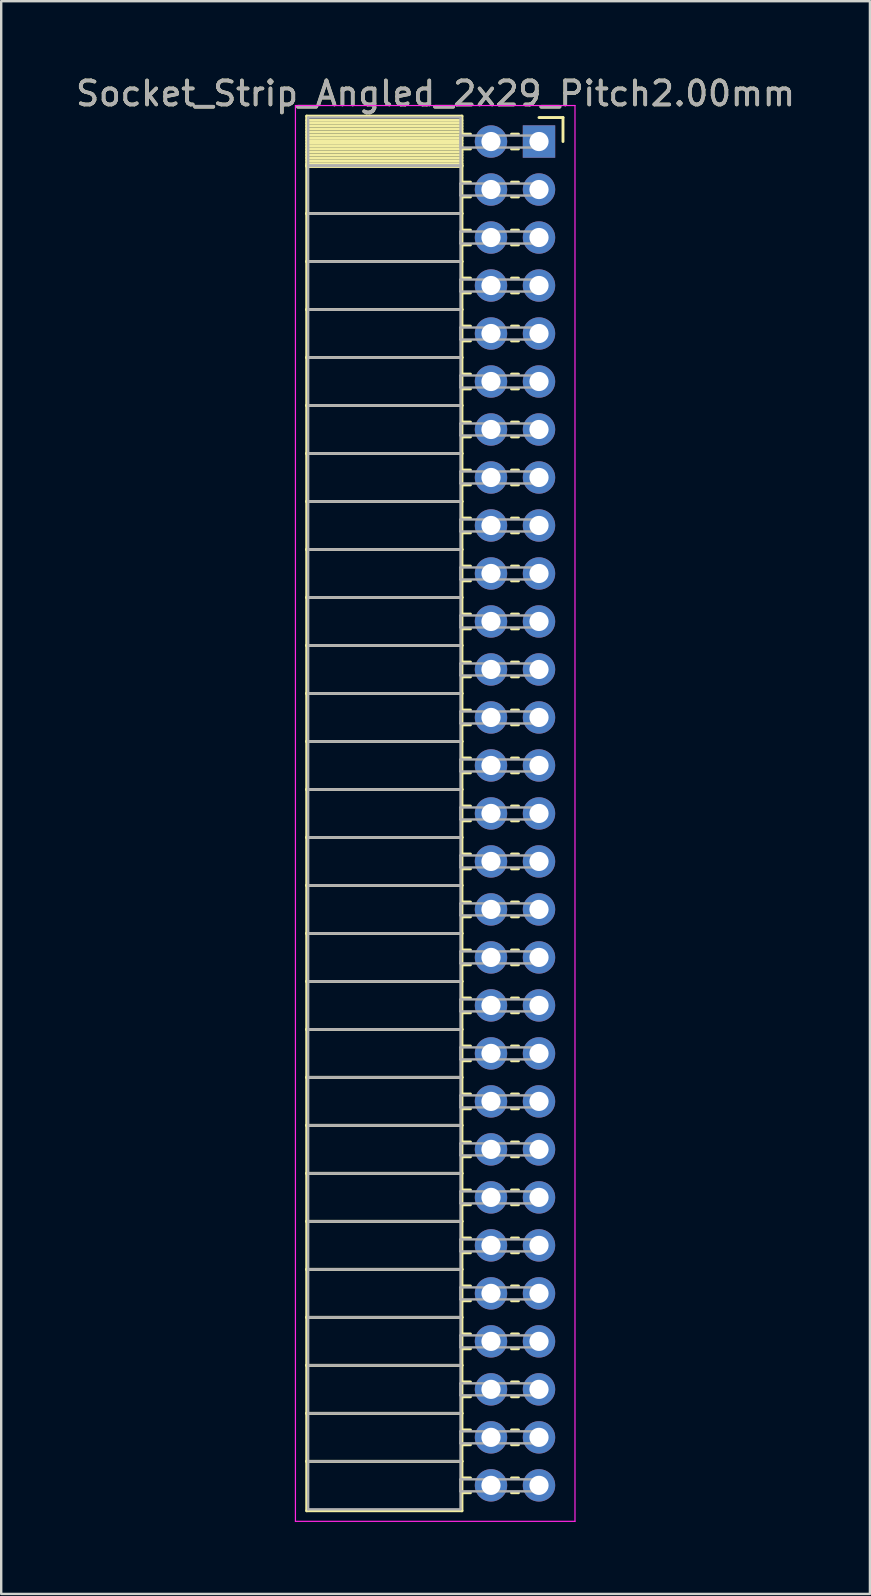
<source format=kicad_pcb>
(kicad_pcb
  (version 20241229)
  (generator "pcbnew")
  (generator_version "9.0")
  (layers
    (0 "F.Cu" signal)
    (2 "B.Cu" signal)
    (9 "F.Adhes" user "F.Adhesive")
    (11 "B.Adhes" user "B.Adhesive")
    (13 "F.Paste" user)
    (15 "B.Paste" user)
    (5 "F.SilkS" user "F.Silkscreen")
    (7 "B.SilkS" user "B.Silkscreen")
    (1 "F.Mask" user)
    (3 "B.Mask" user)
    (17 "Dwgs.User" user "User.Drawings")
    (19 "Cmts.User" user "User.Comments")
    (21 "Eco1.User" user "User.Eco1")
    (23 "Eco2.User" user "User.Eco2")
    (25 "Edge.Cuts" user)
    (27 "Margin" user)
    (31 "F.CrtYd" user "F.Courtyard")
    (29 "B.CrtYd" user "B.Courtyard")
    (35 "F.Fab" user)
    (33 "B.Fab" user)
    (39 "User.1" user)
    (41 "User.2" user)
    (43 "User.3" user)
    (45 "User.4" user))
  (footprint "Socket_Strip_Angled_2x29_Pitch2.00mm"
    (layer "F.Cu")
    (at 19.411 2.848)
    (property "Reference" "Socket_Strip_Angled_2x29_Pitch2.00mm" (at -4.31 -2 0) (layer "F.SilkS") (effects (font (size 1 1) (thickness 0.15))))
    (attr through_hole)
    (fp_line (start -9.68 -1.06) (end -3.21 -1.06) (stroke (width 0.12) (type solid)) (layer "F.SilkS"))
    (fp_line (start -9.68 1) (end -9.68 -1.06) (stroke (width 0.12) (type solid)) (layer "F.SilkS"))
    (fp_line (start -9.68 1) (end -3.21 1) (stroke (width 0.12) (type solid)) (layer "F.SilkS"))
    (fp_line (start -9.68 3) (end -9.68 1) (stroke (width 0.12) (type solid)) (layer "F.SilkS"))
    (fp_line (start -9.68 3) (end -3.21 3) (stroke (width 0.12) (type solid)) (layer "F.SilkS"))
    (fp_line (start -9.68 5) (end -9.68 3) (stroke (width 0.12) (type solid)) (layer "F.SilkS"))
    (fp_line (start -9.68 5) (end -3.21 5) (stroke (width 0.12) (type solid)) (layer "F.SilkS"))
    (fp_line (start -9.68 7) (end -9.68 5) (stroke (width 0.12) (type solid)) (layer "F.SilkS"))
    (fp_line (start -9.68 7) (end -3.21 7) (stroke (width 0.12) (type solid)) (layer "F.SilkS"))
    (fp_line (start -9.68 9) (end -9.68 7) (stroke (width 0.12) (type solid)) (layer "F.SilkS"))
    (fp_line (start -9.68 9) (end -3.21 9) (stroke (width 0.12) (type solid)) (layer "F.SilkS"))
    (fp_line (start -9.68 11) (end -9.68 9) (stroke (width 0.12) (type solid)) (layer "F.SilkS"))
    (fp_line (start -9.68 11) (end -3.21 11) (stroke (width 0.12) (type solid)) (layer "F.SilkS"))
    (fp_line (start -9.68 13) (end -9.68 11) (stroke (width 0.12) (type solid)) (layer "F.SilkS"))
    (fp_line (start -9.68 13) (end -3.21 13) (stroke (width 0.12) (type solid)) (layer "F.SilkS"))
    (fp_line (start -9.68 15) (end -9.68 13) (stroke (width 0.12) (type solid)) (layer "F.SilkS"))
    (fp_line (start -9.68 15) (end -3.21 15) (stroke (width 0.12) (type solid)) (layer "F.SilkS"))
    (fp_line (start -9.68 17) (end -9.68 15) (stroke (width 0.12) (type solid)) (layer "F.SilkS"))
    (fp_line (start -9.68 17) (end -3.21 17) (stroke (width 0.12) (type solid)) (layer "F.SilkS"))
    (fp_line (start -9.68 19) (end -9.68 17) (stroke (width 0.12) (type solid)) (layer "F.SilkS"))
    (fp_line (start -9.68 19) (end -3.21 19) (stroke (width 0.12) (type solid)) (layer "F.SilkS"))
    (fp_line (start -9.68 21) (end -9.68 19) (stroke (width 0.12) (type solid)) (layer "F.SilkS"))
    (fp_line (start -9.68 21) (end -3.21 21) (stroke (width 0.12) (type solid)) (layer "F.SilkS"))
    (fp_line (start -9.68 23) (end -9.68 21) (stroke (width 0.12) (type solid)) (layer "F.SilkS"))
    (fp_line (start -9.68 23) (end -3.21 23) (stroke (width 0.12) (type solid)) (layer "F.SilkS"))
    (fp_line (start -9.68 25) (end -9.68 23) (stroke (width 0.12) (type solid)) (layer "F.SilkS"))
    (fp_line (start -9.68 25) (end -3.21 25) (stroke (width 0.12) (type solid)) (layer "F.SilkS"))
    (fp_line (start -9.68 27) (end -9.68 25) (stroke (width 0.12) (type solid)) (layer "F.SilkS"))
    (fp_line (start -9.68 27) (end -3.21 27) (stroke (width 0.12) (type solid)) (layer "F.SilkS"))
    (fp_line (start -9.68 29) (end -9.68 27) (stroke (width 0.12) (type solid)) (layer "F.SilkS"))
    (fp_line (start -9.68 29) (end -3.21 29) (stroke (width 0.12) (type solid)) (layer "F.SilkS"))
    (fp_line (start -9.68 31) (end -9.68 29) (stroke (width 0.12) (type solid)) (layer "F.SilkS"))
    (fp_line (start -9.68 31) (end -3.21 31) (stroke (width 0.12) (type solid)) (layer "F.SilkS"))
    (fp_line (start -9.68 33) (end -9.68 31) (stroke (width 0.12) (type solid)) (layer "F.SilkS"))
    (fp_line (start -9.68 33) (end -3.21 33) (stroke (width 0.12) (type solid)) (layer "F.SilkS"))
    (fp_line (start -9.68 35) (end -9.68 33) (stroke (width 0.12) (type solid)) (layer "F.SilkS"))
    (fp_line (start -9.68 35) (end -3.21 35) (stroke (width 0.12) (type solid)) (layer "F.SilkS"))
    (fp_line (start -9.68 37) (end -9.68 35) (stroke (width 0.12) (type solid)) (layer "F.SilkS"))
    (fp_line (start -9.68 37) (end -3.21 37) (stroke (width 0.12) (type solid)) (layer "F.SilkS"))
    (fp_line (start -9.68 39) (end -9.68 37) (stroke (width 0.12) (type solid)) (layer "F.SilkS"))
    (fp_line (start -9.68 39) (end -3.21 39) (stroke (width 0.12) (type solid)) (layer "F.SilkS"))
    (fp_line (start -9.68 41) (end -9.68 39) (stroke (width 0.12) (type solid)) (layer "F.SilkS"))
    (fp_line (start -9.68 41) (end -3.21 41) (stroke (width 0.12) (type solid)) (layer "F.SilkS"))
    (fp_line (start -9.68 43) (end -9.68 41) (stroke (width 0.12) (type solid)) (layer "F.SilkS"))
    (fp_line (start -9.68 43) (end -3.21 43) (stroke (width 0.12) (type solid)) (layer "F.SilkS"))
    (fp_line (start -9.68 45) (end -9.68 43) (stroke (width 0.12) (type solid)) (layer "F.SilkS"))
    (fp_line (start -9.68 45) (end -3.21 45) (stroke (width 0.12) (type solid)) (layer "F.SilkS"))
    (fp_line (start -9.68 47) (end -9.68 45) (stroke (width 0.12) (type solid)) (layer "F.SilkS"))
    (fp_line (start -9.68 47) (end -3.21 47) (stroke (width 0.12) (type solid)) (layer "F.SilkS"))
    (fp_line (start -9.68 49) (end -9.68 47) (stroke (width 0.12) (type solid)) (layer "F.SilkS"))
    (fp_line (start -9.68 49) (end -3.21 49) (stroke (width 0.12) (type solid)) (layer "F.SilkS"))
    (fp_line (start -9.68 51) (end -9.68 49) (stroke (width 0.12) (type solid)) (layer "F.SilkS"))
    (fp_line (start -9.68 51) (end -3.21 51) (stroke (width 0.12) (type solid)) (layer "F.SilkS"))
    (fp_line (start -9.68 53) (end -9.68 51) (stroke (width 0.12) (type solid)) (layer "F.SilkS"))
    (fp_line (start -9.68 53) (end -3.21 53) (stroke (width 0.12) (type solid)) (layer "F.SilkS"))
    (fp_line (start -9.68 55) (end -9.68 53) (stroke (width 0.12) (type solid)) (layer "F.SilkS"))
    (fp_line (start -9.68 55) (end -3.21 55) (stroke (width 0.12) (type solid)) (layer "F.SilkS"))
    (fp_line (start -9.68 57.06) (end -9.68 55) (stroke (width 0.12) (type solid)) (layer "F.SilkS"))
    (fp_line (start -3.21 -1.06) (end -3.21 1) (stroke (width 0.12) (type solid)) (layer "F.SilkS"))
    (fp_line (start -3.21 -0.88) (end -9.68 -0.88) (stroke (width 0.12) (type solid)) (layer "F.SilkS"))
    (fp_line (start -3.21 -0.76) (end -9.68 -0.76) (stroke (width 0.12) (type solid)) (layer "F.SilkS"))
    (fp_line (start -3.21 -0.64) (end -9.68 -0.64) (stroke (width 0.12) (type solid)) (layer "F.SilkS"))
    (fp_line (start -3.21 -0.52) (end -9.68 -0.52) (stroke (width 0.12) (type solid)) (layer "F.SilkS"))
    (fp_line (start -3.21 -0.4) (end -9.68 -0.4) (stroke (width 0.12) (type solid)) (layer "F.SilkS"))
    (fp_line (start -3.21 -0.28) (end -9.68 -0.28) (stroke (width 0.12) (type solid)) (layer "F.SilkS"))
    (fp_line (start -3.21 -0.16) (end -9.68 -0.16) (stroke (width 0.12) (type solid)) (layer "F.SilkS"))
    (fp_line (start -3.21 -0.04) (end -9.68 -0.04) (stroke (width 0.12) (type solid)) (layer "F.SilkS"))
    (fp_line (start -3.21 0.08) (end -9.68 0.08) (stroke (width 0.12) (type solid)) (layer "F.SilkS"))
    (fp_line (start -3.21 0.2) (end -9.68 0.2) (stroke (width 0.12) (type solid)) (layer "F.SilkS"))
    (fp_line (start -3.21 0.32) (end -9.68 0.32) (stroke (width 0.12) (type solid)) (layer "F.SilkS"))
    (fp_line (start -3.21 0.44) (end -9.68 0.44) (stroke (width 0.12) (type solid)) (layer "F.SilkS"))
    (fp_line (start -3.21 0.56) (end -9.68 0.56) (stroke (width 0.12) (type solid)) (layer "F.SilkS"))
    (fp_line (start -3.21 0.68) (end -9.68 0.68) (stroke (width 0.12) (type solid)) (layer "F.SilkS"))
    (fp_line (start -3.21 0.8) (end -9.68 0.8) (stroke (width 0.12) (type solid)) (layer "F.SilkS"))
    (fp_line (start -3.21 0.92) (end -9.68 0.92) (stroke (width 0.12) (type solid)) (layer "F.SilkS"))
    (fp_line (start -3.21 1) (end -9.68 1) (stroke (width 0.12) (type solid)) (layer "F.SilkS"))
    (fp_line (start -3.21 1) (end -3.21 3) (stroke (width 0.12) (type solid)) (layer "F.SilkS"))
    (fp_line (start -3.21 1.04) (end -9.68 1.04) (stroke (width 0.12) (type solid)) (layer "F.SilkS"))
    (fp_line (start -3.21 3) (end -9.68 3) (stroke (width 0.12) (type solid)) (layer "F.SilkS"))
    (fp_line (start -3.21 3) (end -3.21 5) (stroke (width 0.12) (type solid)) (layer "F.SilkS"))
    (fp_line (start -3.21 5) (end -9.68 5) (stroke (width 0.12) (type solid)) (layer "F.SilkS"))
    (fp_line (start -3.21 5) (end -3.21 7) (stroke (width 0.12) (type solid)) (layer "F.SilkS"))
    (fp_line (start -3.21 7) (end -9.68 7) (stroke (width 0.12) (type solid)) (layer "F.SilkS"))
    (fp_line (start -3.21 7) (end -3.21 9) (stroke (width 0.12) (type solid)) (layer "F.SilkS"))
    (fp_line (start -3.21 9) (end -9.68 9) (stroke (width 0.12) (type solid)) (layer "F.SilkS"))
    (fp_line (start -3.21 9) (end -3.21 11) (stroke (width 0.12) (type solid)) (layer "F.SilkS"))
    (fp_line (start -3.21 11) (end -9.68 11) (stroke (width 0.12) (type solid)) (layer "F.SilkS"))
    (fp_line (start -3.21 11) (end -3.21 13) (stroke (width 0.12) (type solid)) (layer "F.SilkS"))
    (fp_line (start -3.21 13) (end -9.68 13) (stroke (width 0.12) (type solid)) (layer "F.SilkS"))
    (fp_line (start -3.21 13) (end -3.21 15) (stroke (width 0.12) (type solid)) (layer "F.SilkS"))
    (fp_line (start -3.21 15) (end -9.68 15) (stroke (width 0.12) (type solid)) (layer "F.SilkS"))
    (fp_line (start -3.21 15) (end -3.21 17) (stroke (width 0.12) (type solid)) (layer "F.SilkS"))
    (fp_line (start -3.21 17) (end -9.68 17) (stroke (width 0.12) (type solid)) (layer "F.SilkS"))
    (fp_line (start -3.21 17) (end -3.21 19) (stroke (width 0.12) (type solid)) (layer "F.SilkS"))
    (fp_line (start -3.21 19) (end -9.68 19) (stroke (width 0.12) (type solid)) (layer "F.SilkS"))
    (fp_line (start -3.21 19) (end -3.21 21) (stroke (width 0.12) (type solid)) (layer "F.SilkS"))
    (fp_line (start -3.21 21) (end -9.68 21) (stroke (width 0.12) (type solid)) (layer "F.SilkS"))
    (fp_line (start -3.21 21) (end -3.21 23) (stroke (width 0.12) (type solid)) (layer "F.SilkS"))
    (fp_line (start -3.21 23) (end -9.68 23) (stroke (width 0.12) (type solid)) (layer "F.SilkS"))
    (fp_line (start -3.21 23) (end -3.21 25) (stroke (width 0.12) (type solid)) (layer "F.SilkS"))
    (fp_line (start -3.21 25) (end -9.68 25) (stroke (width 0.12) (type solid)) (layer "F.SilkS"))
    (fp_line (start -3.21 25) (end -3.21 27) (stroke (width 0.12) (type solid)) (layer "F.SilkS"))
    (fp_line (start -3.21 27) (end -9.68 27) (stroke (width 0.12) (type solid)) (layer "F.SilkS"))
    (fp_line (start -3.21 27) (end -3.21 29) (stroke (width 0.12) (type solid)) (layer "F.SilkS"))
    (fp_line (start -3.21 29) (end -9.68 29) (stroke (width 0.12) (type solid)) (layer "F.SilkS"))
    (fp_line (start -3.21 29) (end -3.21 31) (stroke (width 0.12) (type solid)) (layer "F.SilkS"))
    (fp_line (start -3.21 31) (end -9.68 31) (stroke (width 0.12) (type solid)) (layer "F.SilkS"))
    (fp_line (start -3.21 31) (end -3.21 33) (stroke (width 0.12) (type solid)) (layer "F.SilkS"))
    (fp_line (start -3.21 33) (end -9.68 33) (stroke (width 0.12) (type solid)) (layer "F.SilkS"))
    (fp_line (start -3.21 33) (end -3.21 35) (stroke (width 0.12) (type solid)) (layer "F.SilkS"))
    (fp_line (start -3.21 35) (end -9.68 35) (stroke (width 0.12) (type solid)) (layer "F.SilkS"))
    (fp_line (start -3.21 35) (end -3.21 37) (stroke (width 0.12) (type solid)) (layer "F.SilkS"))
    (fp_line (start -3.21 37) (end -9.68 37) (stroke (width 0.12) (type solid)) (layer "F.SilkS"))
    (fp_line (start -3.21 37) (end -3.21 39) (stroke (width 0.12) (type solid)) (layer "F.SilkS"))
    (fp_line (start -3.21 39) (end -9.68 39) (stroke (width 0.12) (type solid)) (layer "F.SilkS"))
    (fp_line (start -3.21 39) (end -3.21 41) (stroke (width 0.12) (type solid)) (layer "F.SilkS"))
    (fp_line (start -3.21 41) (end -9.68 41) (stroke (width 0.12) (type solid)) (layer "F.SilkS"))
    (fp_line (start -3.21 41) (end -3.21 43) (stroke (width 0.12) (type solid)) (layer "F.SilkS"))
    (fp_line (start -3.21 43) (end -9.68 43) (stroke (width 0.12) (type solid)) (layer "F.SilkS"))
    (fp_line (start -3.21 43) (end -3.21 45) (stroke (width 0.12) (type solid)) (layer "F.SilkS"))
    (fp_line (start -3.21 45) (end -9.68 45) (stroke (width 0.12) (type solid)) (layer "F.SilkS"))
    (fp_line (start -3.21 45) (end -3.21 47) (stroke (width 0.12) (type solid)) (layer "F.SilkS"))
    (fp_line (start -3.21 47) (end -9.68 47) (stroke (width 0.12) (type solid)) (layer "F.SilkS"))
    (fp_line (start -3.21 47) (end -3.21 49) (stroke (width 0.12) (type solid)) (layer "F.SilkS"))
    (fp_line (start -3.21 49) (end -9.68 49) (stroke (width 0.12) (type solid)) (layer "F.SilkS"))
    (fp_line (start -3.21 49) (end -3.21 51) (stroke (width 0.12) (type solid)) (layer "F.SilkS"))
    (fp_line (start -3.21 51) (end -9.68 51) (stroke (width 0.12) (type solid)) (layer "F.SilkS"))
    (fp_line (start -3.21 51) (end -3.21 53) (stroke (width 0.12) (type solid)) (layer "F.SilkS"))
    (fp_line (start -3.21 53) (end -9.68 53) (stroke (width 0.12) (type solid)) (layer "F.SilkS"))
    (fp_line (start -3.21 53) (end -3.21 55) (stroke (width 0.12) (type solid)) (layer "F.SilkS"))
    (fp_line (start -3.21 55) (end -9.68 55) (stroke (width 0.12) (type solid)) (layer "F.SilkS"))
    (fp_line (start -3.21 55) (end -3.21 57.06) (stroke (width 0.12) (type solid)) (layer "F.SilkS"))
    (fp_line (start -3.21 57.06) (end -9.68 57.06) (stroke (width 0.12) (type solid)) (layer "F.SilkS"))
    (fp_line (start -2.855 -0.31) (end -3.21 -0.31) (stroke (width 0.12) (type solid)) (layer "F.SilkS"))
    (fp_line (start -2.855 0.31) (end -3.21 0.31) (stroke (width 0.12) (type solid)) (layer "F.SilkS"))
    (fp_line (start -2.855 1.69) (end -3.21 1.69) (stroke (width 0.12) (type solid)) (layer "F.SilkS"))
    (fp_line (start -2.855 2.31) (end -3.21 2.31) (stroke (width 0.12) (type solid)) (layer "F.SilkS"))
    (fp_line (start -2.855 3.69) (end -3.21 3.69) (stroke (width 0.12) (type solid)) (layer "F.SilkS"))
    (fp_line (start -2.855 4.31) (end -3.21 4.31) (stroke (width 0.12) (type solid)) (layer "F.SilkS"))
    (fp_line (start -2.855 5.69) (end -3.21 5.69) (stroke (width 0.12) (type solid)) (layer "F.SilkS"))
    (fp_line (start -2.855 6.31) (end -3.21 6.31) (stroke (width 0.12) (type solid)) (layer "F.SilkS"))
    (fp_line (start -2.855 7.69) (end -3.21 7.69) (stroke (width 0.12) (type solid)) (layer "F.SilkS"))
    (fp_line (start -2.855 8.31) (end -3.21 8.31) (stroke (width 0.12) (type solid)) (layer "F.SilkS"))
    (fp_line (start -2.855 9.69) (end -3.21 9.69) (stroke (width 0.12) (type solid)) (layer "F.SilkS"))
    (fp_line (start -2.855 10.31) (end -3.21 10.31) (stroke (width 0.12) (type solid)) (layer "F.SilkS"))
    (fp_line (start -2.855 11.69) (end -3.21 11.69) (stroke (width 0.12) (type solid)) (layer "F.SilkS"))
    (fp_line (start -2.855 12.31) (end -3.21 12.31) (stroke (width 0.12) (type solid)) (layer "F.SilkS"))
    (fp_line (start -2.855 13.69) (end -3.21 13.69) (stroke (width 0.12) (type solid)) (layer "F.SilkS"))
    (fp_line (start -2.855 14.31) (end -3.21 14.31) (stroke (width 0.12) (type solid)) (layer "F.SilkS"))
    (fp_line (start -2.855 15.69) (end -3.21 15.69) (stroke (width 0.12) (type solid)) (layer "F.SilkS"))
    (fp_line (start -2.855 16.31) (end -3.21 16.31) (stroke (width 0.12) (type solid)) (layer "F.SilkS"))
    (fp_line (start -2.855 17.69) (end -3.21 17.69) (stroke (width 0.12) (type solid)) (layer "F.SilkS"))
    (fp_line (start -2.855 18.31) (end -3.21 18.31) (stroke (width 0.12) (type solid)) (layer "F.SilkS"))
    (fp_line (start -2.855 19.69) (end -3.21 19.69) (stroke (width 0.12) (type solid)) (layer "F.SilkS"))
    (fp_line (start -2.855 20.31) (end -3.21 20.31) (stroke (width 0.12) (type solid)) (layer "F.SilkS"))
    (fp_line (start -2.855 21.69) (end -3.21 21.69) (stroke (width 0.12) (type solid)) (layer "F.SilkS"))
    (fp_line (start -2.855 22.31) (end -3.21 22.31) (stroke (width 0.12) (type solid)) (layer "F.SilkS"))
    (fp_line (start -2.855 23.69) (end -3.21 23.69) (stroke (width 0.12) (type solid)) (layer "F.SilkS"))
    (fp_line (start -2.855 24.31) (end -3.21 24.31) (stroke (width 0.12) (type solid)) (layer "F.SilkS"))
    (fp_line (start -2.855 25.69) (end -3.21 25.69) (stroke (width 0.12) (type solid)) (layer "F.SilkS"))
    (fp_line (start -2.855 26.31) (end -3.21 26.31) (stroke (width 0.12) (type solid)) (layer "F.SilkS"))
    (fp_line (start -2.855 27.69) (end -3.21 27.69) (stroke (width 0.12) (type solid)) (layer "F.SilkS"))
    (fp_line (start -2.855 28.31) (end -3.21 28.31) (stroke (width 0.12) (type solid)) (layer "F.SilkS"))
    (fp_line (start -2.855 29.69) (end -3.21 29.69) (stroke (width 0.12) (type solid)) (layer "F.SilkS"))
    (fp_line (start -2.855 30.31) (end -3.21 30.31) (stroke (width 0.12) (type solid)) (layer "F.SilkS"))
    (fp_line (start -2.855 31.69) (end -3.21 31.69) (stroke (width 0.12) (type solid)) (layer "F.SilkS"))
    (fp_line (start -2.855 32.31) (end -3.21 32.31) (stroke (width 0.12) (type solid)) (layer "F.SilkS"))
    (fp_line (start -2.855 33.69) (end -3.21 33.69) (stroke (width 0.12) (type solid)) (layer "F.SilkS"))
    (fp_line (start -2.855 34.31) (end -3.21 34.31) (stroke (width 0.12) (type solid)) (layer "F.SilkS"))
    (fp_line (start -2.855 35.69) (end -3.21 35.69) (stroke (width 0.12) (type solid)) (layer "F.SilkS"))
    (fp_line (start -2.855 36.31) (end -3.21 36.31) (stroke (width 0.12) (type solid)) (layer "F.SilkS"))
    (fp_line (start -2.855 37.69) (end -3.21 37.69) (stroke (width 0.12) (type solid)) (layer "F.SilkS"))
    (fp_line (start -2.855 38.31) (end -3.21 38.31) (stroke (width 0.12) (type solid)) (layer "F.SilkS"))
    (fp_line (start -2.855 39.69) (end -3.21 39.69) (stroke (width 0.12) (type solid)) (layer "F.SilkS"))
    (fp_line (start -2.855 40.31) (end -3.21 40.31) (stroke (width 0.12) (type solid)) (layer "F.SilkS"))
    (fp_line (start -2.855 41.69) (end -3.21 41.69) (stroke (width 0.12) (type solid)) (layer "F.SilkS"))
    (fp_line (start -2.855 42.31) (end -3.21 42.31) (stroke (width 0.12) (type solid)) (layer "F.SilkS"))
    (fp_line (start -2.855 43.69) (end -3.21 43.69) (stroke (width 0.12) (type solid)) (layer "F.SilkS"))
    (fp_line (start -2.855 44.31) (end -3.21 44.31) (stroke (width 0.12) (type solid)) (layer "F.SilkS"))
    (fp_line (start -2.855 45.69) (end -3.21 45.69) (stroke (width 0.12) (type solid)) (layer "F.SilkS"))
    (fp_line (start -2.855 46.31) (end -3.21 46.31) (stroke (width 0.12) (type solid)) (layer "F.SilkS"))
    (fp_line (start -2.855 47.69) (end -3.21 47.69) (stroke (width 0.12) (type solid)) (layer "F.SilkS"))
    (fp_line (start -2.855 48.31) (end -3.21 48.31) (stroke (width 0.12) (type solid)) (layer "F.SilkS"))
    (fp_line (start -2.855 49.69) (end -3.21 49.69) (stroke (width 0.12) (type solid)) (layer "F.SilkS"))
    (fp_line (start -2.855 50.31) (end -3.21 50.31) (stroke (width 0.12) (type solid)) (layer "F.SilkS"))
    (fp_line (start -2.855 51.69) (end -3.21 51.69) (stroke (width 0.12) (type solid)) (layer "F.SilkS"))
    (fp_line (start -2.855 52.31) (end -3.21 52.31) (stroke (width 0.12) (type solid)) (layer "F.SilkS"))
    (fp_line (start -2.855 53.69) (end -3.21 53.69) (stroke (width 0.12) (type solid)) (layer "F.SilkS"))
    (fp_line (start -2.855 54.31) (end -3.21 54.31) (stroke (width 0.12) (type solid)) (layer "F.SilkS"))
    (fp_line (start -2.855 55.69) (end -3.21 55.69) (stroke (width 0.12) (type solid)) (layer "F.SilkS"))
    (fp_line (start -2.855 56.31) (end -3.21 56.31) (stroke (width 0.12) (type solid)) (layer "F.SilkS"))
    (fp_line (start -0.855 -0.31) (end -1.145 -0.31) (stroke (width 0.12) (type solid)) (layer "F.SilkS"))
    (fp_line (start -0.855 0.31) (end -1.145 0.31) (stroke (width 0.12) (type solid)) (layer "F.SilkS"))
    (fp_line (start -0.855 1.69) (end -1.145 1.69) (stroke (width 0.12) (type solid)) (layer "F.SilkS"))
    (fp_line (start -0.855 2.31) (end -1.145 2.31) (stroke (width 0.12) (type solid)) (layer "F.SilkS"))
    (fp_line (start -0.855 3.69) (end -1.145 3.69) (stroke (width 0.12) (type solid)) (layer "F.SilkS"))
    (fp_line (start -0.855 4.31) (end -1.145 4.31) (stroke (width 0.12) (type solid)) (layer "F.SilkS"))
    (fp_line (start -0.855 5.69) (end -1.145 5.69) (stroke (width 0.12) (type solid)) (layer "F.SilkS"))
    (fp_line (start -0.855 6.31) (end -1.145 6.31) (stroke (width 0.12) (type solid)) (layer "F.SilkS"))
    (fp_line (start -0.855 7.69) (end -1.145 7.69) (stroke (width 0.12) (type solid)) (layer "F.SilkS"))
    (fp_line (start -0.855 8.31) (end -1.145 8.31) (stroke (width 0.12) (type solid)) (layer "F.SilkS"))
    (fp_line (start -0.855 9.69) (end -1.145 9.69) (stroke (width 0.12) (type solid)) (layer "F.SilkS"))
    (fp_line (start -0.855 10.31) (end -1.145 10.31) (stroke (width 0.12) (type solid)) (layer "F.SilkS"))
    (fp_line (start -0.855 11.69) (end -1.145 11.69) (stroke (width 0.12) (type solid)) (layer "F.SilkS"))
    (fp_line (start -0.855 12.31) (end -1.145 12.31) (stroke (width 0.12) (type solid)) (layer "F.SilkS"))
    (fp_line (start -0.855 13.69) (end -1.145 13.69) (stroke (width 0.12) (type solid)) (layer "F.SilkS"))
    (fp_line (start -0.855 14.31) (end -1.145 14.31) (stroke (width 0.12) (type solid)) (layer "F.SilkS"))
    (fp_line (start -0.855 15.69) (end -1.145 15.69) (stroke (width 0.12) (type solid)) (layer "F.SilkS"))
    (fp_line (start -0.855 16.31) (end -1.145 16.31) (stroke (width 0.12) (type solid)) (layer "F.SilkS"))
    (fp_line (start -0.855 17.69) (end -1.145 17.69) (stroke (width 0.12) (type solid)) (layer "F.SilkS"))
    (fp_line (start -0.855 18.31) (end -1.145 18.31) (stroke (width 0.12) (type solid)) (layer "F.SilkS"))
    (fp_line (start -0.855 19.69) (end -1.145 19.69) (stroke (width 0.12) (type solid)) (layer "F.SilkS"))
    (fp_line (start -0.855 20.31) (end -1.145 20.31) (stroke (width 0.12) (type solid)) (layer "F.SilkS"))
    (fp_line (start -0.855 21.69) (end -1.145 21.69) (stroke (width 0.12) (type solid)) (layer "F.SilkS"))
    (fp_line (start -0.855 22.31) (end -1.145 22.31) (stroke (width 0.12) (type solid)) (layer "F.SilkS"))
    (fp_line (start -0.855 23.69) (end -1.145 23.69) (stroke (width 0.12) (type solid)) (layer "F.SilkS"))
    (fp_line (start -0.855 24.31) (end -1.145 24.31) (stroke (width 0.12) (type solid)) (layer "F.SilkS"))
    (fp_line (start -0.855 25.69) (end -1.145 25.69) (stroke (width 0.12) (type solid)) (layer "F.SilkS"))
    (fp_line (start -0.855 26.31) (end -1.145 26.31) (stroke (width 0.12) (type solid)) (layer "F.SilkS"))
    (fp_line (start -0.855 27.69) (end -1.145 27.69) (stroke (width 0.12) (type solid)) (layer "F.SilkS"))
    (fp_line (start -0.855 28.31) (end -1.145 28.31) (stroke (width 0.12) (type solid)) (layer "F.SilkS"))
    (fp_line (start -0.855 29.69) (end -1.145 29.69) (stroke (width 0.12) (type solid)) (layer "F.SilkS"))
    (fp_line (start -0.855 30.31) (end -1.145 30.31) (stroke (width 0.12) (type solid)) (layer "F.SilkS"))
    (fp_line (start -0.855 31.69) (end -1.145 31.69) (stroke (width 0.12) (type solid)) (layer "F.SilkS"))
    (fp_line (start -0.855 32.31) (end -1.145 32.31) (stroke (width 0.12) (type solid)) (layer "F.SilkS"))
    (fp_line (start -0.855 33.69) (end -1.145 33.69) (stroke (width 0.12) (type solid)) (layer "F.SilkS"))
    (fp_line (start -0.855 34.31) (end -1.145 34.31) (stroke (width 0.12) (type solid)) (layer "F.SilkS"))
    (fp_line (start -0.855 35.69) (end -1.145 35.69) (stroke (width 0.12) (type solid)) (layer "F.SilkS"))
    (fp_line (start -0.855 36.31) (end -1.145 36.31) (stroke (width 0.12) (type solid)) (layer "F.SilkS"))
    (fp_line (start -0.855 37.69) (end -1.145 37.69) (stroke (width 0.12) (type solid)) (layer "F.SilkS"))
    (fp_line (start -0.855 38.31) (end -1.145 38.31) (stroke (width 0.12) (type solid)) (layer "F.SilkS"))
    (fp_line (start -0.855 39.69) (end -1.145 39.69) (stroke (width 0.12) (type solid)) (layer "F.SilkS"))
    (fp_line (start -0.855 40.31) (end -1.145 40.31) (stroke (width 0.12) (type solid)) (layer "F.SilkS"))
    (fp_line (start -0.855 41.69) (end -1.145 41.69) (stroke (width 0.12) (type solid)) (layer "F.SilkS"))
    (fp_line (start -0.855 42.31) (end -1.145 42.31) (stroke (width 0.12) (type solid)) (layer "F.SilkS"))
    (fp_line (start -0.855 43.69) (end -1.145 43.69) (stroke (width 0.12) (type solid)) (layer "F.SilkS"))
    (fp_line (start -0.855 44.31) (end -1.145 44.31) (stroke (width 0.12) (type solid)) (layer "F.SilkS"))
    (fp_line (start -0.855 45.69) (end -1.145 45.69) (stroke (width 0.12) (type solid)) (layer "F.SilkS"))
    (fp_line (start -0.855 46.31) (end -1.145 46.31) (stroke (width 0.12) (type solid)) (layer "F.SilkS"))
    (fp_line (start -0.855 47.69) (end -1.145 47.69) (stroke (width 0.12) (type solid)) (layer "F.SilkS"))
    (fp_line (start -0.855 48.31) (end -1.145 48.31) (stroke (width 0.12) (type solid)) (layer "F.SilkS"))
    (fp_line (start -0.855 49.69) (end -1.145 49.69) (stroke (width 0.12) (type solid)) (layer "F.SilkS"))
    (fp_line (start -0.855 50.31) (end -1.145 50.31) (stroke (width 0.12) (type solid)) (layer "F.SilkS"))
    (fp_line (start -0.855 51.69) (end -1.145 51.69) (stroke (width 0.12) (type solid)) (layer "F.SilkS"))
    (fp_line (start -0.855 52.31) (end -1.145 52.31) (stroke (width 0.12) (type solid)) (layer "F.SilkS"))
    (fp_line (start -0.855 53.69) (end -1.145 53.69) (stroke (width 0.12) (type solid)) (layer "F.SilkS"))
    (fp_line (start -0.855 54.31) (end -1.145 54.31) (stroke (width 0.12) (type solid)) (layer "F.SilkS"))
    (fp_line (start -0.855 55.69) (end -1.145 55.69) (stroke (width 0.12) (type solid)) (layer "F.SilkS"))
    (fp_line (start -0.855 56.31) (end -1.145 56.31) (stroke (width 0.12) (type solid)) (layer "F.SilkS"))
    (fp_line (start 0 -1) (end 1 -1) (stroke (width 0.12) (type solid)) (layer "F.SilkS"))
    (fp_line (start 1 -1) (end 1 0) (stroke (width 0.12) (type solid)) (layer "F.SilkS"))
    (fp_line (start -10.15 -1.5) (end 1.5 -1.5) (stroke (width 0.05) (type solid)) (layer "F.CrtYd"))
    (fp_line (start -10.15 57.5) (end -10.15 -1.5) (stroke (width 0.05) (type solid)) (layer "F.CrtYd"))
    (fp_line (start 1.5 -1.5) (end 1.5 57.5) (stroke (width 0.05) (type solid)) (layer "F.CrtYd"))
    (fp_line (start 1.5 57.5) (end -10.15 57.5) (stroke (width 0.05) (type solid)) (layer "F.CrtYd"))
    (fp_line (start -9.62 -1) (end -3.27 -1) (stroke (width 0.1) (type solid)) (layer "F.Fab"))
    (fp_line (start -9.62 1) (end -9.62 -1) (stroke (width 0.1) (type solid)) (layer "F.Fab"))
    (fp_line (start -9.62 1) (end -3.27 1) (stroke (width 0.1) (type solid)) (layer "F.Fab"))
    (fp_line (start -9.62 3) (end -9.62 1) (stroke (width 0.1) (type solid)) (layer "F.Fab"))
    (fp_line (start -9.62 3) (end -3.27 3) (stroke (width 0.1) (type solid)) (layer "F.Fab"))
    (fp_line (start -9.62 5) (end -9.62 3) (stroke (width 0.1) (type solid)) (layer "F.Fab"))
    (fp_line (start -9.62 5) (end -3.27 5) (stroke (width 0.1) (type solid)) (layer "F.Fab"))
    (fp_line (start -9.62 7) (end -9.62 5) (stroke (width 0.1) (type solid)) (layer "F.Fab"))
    (fp_line (start -9.62 7) (end -3.27 7) (stroke (width 0.1) (type solid)) (layer "F.Fab"))
    (fp_line (start -9.62 9) (end -9.62 7) (stroke (width 0.1) (type solid)) (layer "F.Fab"))
    (fp_line (start -9.62 9) (end -3.27 9) (stroke (width 0.1) (type solid)) (layer "F.Fab"))
    (fp_line (start -9.62 11) (end -9.62 9) (stroke (width 0.1) (type solid)) (layer "F.Fab"))
    (fp_line (start -9.62 11) (end -3.27 11) (stroke (width 0.1) (type solid)) (layer "F.Fab"))
    (fp_line (start -9.62 13) (end -9.62 11) (stroke (width 0.1) (type solid)) (layer "F.Fab"))
    (fp_line (start -9.62 13) (end -3.27 13) (stroke (width 0.1) (type solid)) (layer "F.Fab"))
    (fp_line (start -9.62 15) (end -9.62 13) (stroke (width 0.1) (type solid)) (layer "F.Fab"))
    (fp_line (start -9.62 15) (end -3.27 15) (stroke (width 0.1) (type solid)) (layer "F.Fab"))
    (fp_line (start -9.62 17) (end -9.62 15) (stroke (width 0.1) (type solid)) (layer "F.Fab"))
    (fp_line (start -9.62 17) (end -3.27 17) (stroke (width 0.1) (type solid)) (layer "F.Fab"))
    (fp_line (start -9.62 19) (end -9.62 17) (stroke (width 0.1) (type solid)) (layer "F.Fab"))
    (fp_line (start -9.62 19) (end -3.27 19) (stroke (width 0.1) (type solid)) (layer "F.Fab"))
    (fp_line (start -9.62 21) (end -9.62 19) (stroke (width 0.1) (type solid)) (layer "F.Fab"))
    (fp_line (start -9.62 21) (end -3.27 21) (stroke (width 0.1) (type solid)) (layer "F.Fab"))
    (fp_line (start -9.62 23) (end -9.62 21) (stroke (width 0.1) (type solid)) (layer "F.Fab"))
    (fp_line (start -9.62 23) (end -3.27 23) (stroke (width 0.1) (type solid)) (layer "F.Fab"))
    (fp_line (start -9.62 25) (end -9.62 23) (stroke (width 0.1) (type solid)) (layer "F.Fab"))
    (fp_line (start -9.62 25) (end -3.27 25) (stroke (width 0.1) (type solid)) (layer "F.Fab"))
    (fp_line (start -9.62 27) (end -9.62 25) (stroke (width 0.1) (type solid)) (layer "F.Fab"))
    (fp_line (start -9.62 27) (end -3.27 27) (stroke (width 0.1) (type solid)) (layer "F.Fab"))
    (fp_line (start -9.62 29) (end -9.62 27) (stroke (width 0.1) (type solid)) (layer "F.Fab"))
    (fp_line (start -9.62 29) (end -3.27 29) (stroke (width 0.1) (type solid)) (layer "F.Fab"))
    (fp_line (start -9.62 31) (end -9.62 29) (stroke (width 0.1) (type solid)) (layer "F.Fab"))
    (fp_line (start -9.62 31) (end -3.27 31) (stroke (width 0.1) (type solid)) (layer "F.Fab"))
    (fp_line (start -9.62 33) (end -9.62 31) (stroke (width 0.1) (type solid)) (layer "F.Fab"))
    (fp_line (start -9.62 33) (end -3.27 33) (stroke (width 0.1) (type solid)) (layer "F.Fab"))
    (fp_line (start -9.62 35) (end -9.62 33) (stroke (width 0.1) (type solid)) (layer "F.Fab"))
    (fp_line (start -9.62 35) (end -3.27 35) (stroke (width 0.1) (type solid)) (layer "F.Fab"))
    (fp_line (start -9.62 37) (end -9.62 35) (stroke (width 0.1) (type solid)) (layer "F.Fab"))
    (fp_line (start -9.62 37) (end -3.27 37) (stroke (width 0.1) (type solid)) (layer "F.Fab"))
    (fp_line (start -9.62 39) (end -9.62 37) (stroke (width 0.1) (type solid)) (layer "F.Fab"))
    (fp_line (start -9.62 39) (end -3.27 39) (stroke (width 0.1) (type solid)) (layer "F.Fab"))
    (fp_line (start -9.62 41) (end -9.62 39) (stroke (width 0.1) (type solid)) (layer "F.Fab"))
    (fp_line (start -9.62 41) (end -3.27 41) (stroke (width 0.1) (type solid)) (layer "F.Fab"))
    (fp_line (start -9.62 43) (end -9.62 41) (stroke (width 0.1) (type solid)) (layer "F.Fab"))
    (fp_line (start -9.62 43) (end -3.27 43) (stroke (width 0.1) (type solid)) (layer "F.Fab"))
    (fp_line (start -9.62 45) (end -9.62 43) (stroke (width 0.1) (type solid)) (layer "F.Fab"))
    (fp_line (start -9.62 45) (end -3.27 45) (stroke (width 0.1) (type solid)) (layer "F.Fab"))
    (fp_line (start -9.62 47) (end -9.62 45) (stroke (width 0.1) (type solid)) (layer "F.Fab"))
    (fp_line (start -9.62 47) (end -3.27 47) (stroke (width 0.1) (type solid)) (layer "F.Fab"))
    (fp_line (start -9.62 49) (end -9.62 47) (stroke (width 0.1) (type solid)) (layer "F.Fab"))
    (fp_line (start -9.62 49) (end -3.27 49) (stroke (width 0.1) (type solid)) (layer "F.Fab"))
    (fp_line (start -9.62 51) (end -9.62 49) (stroke (width 0.1) (type solid)) (layer "F.Fab"))
    (fp_line (start -9.62 51) (end -3.27 51) (stroke (width 0.1) (type solid)) (layer "F.Fab"))
    (fp_line (start -9.62 53) (end -9.62 51) (stroke (width 0.1) (type solid)) (layer "F.Fab"))
    (fp_line (start -9.62 53) (end -3.27 53) (stroke (width 0.1) (type solid)) (layer "F.Fab"))
    (fp_line (start -9.62 55) (end -9.62 53) (stroke (width 0.1) (type solid)) (layer "F.Fab"))
    (fp_line (start -9.62 55) (end -3.27 55) (stroke (width 0.1) (type solid)) (layer "F.Fab"))
    (fp_line (start -9.62 57) (end -9.62 55) (stroke (width 0.1) (type solid)) (layer "F.Fab"))
    (fp_line (start -3.27 -1) (end -3.27 1) (stroke (width 0.1) (type solid)) (layer "F.Fab"))
    (fp_line (start -3.27 -0.25) (end 0 -0.25) (stroke (width 0.1) (type solid)) (layer "F.Fab"))
    (fp_line (start -3.27 0.25) (end -3.27 -0.25) (stroke (width 0.1) (type solid)) (layer "F.Fab"))
    (fp_line (start -3.27 1) (end -9.62 1) (stroke (width 0.1) (type solid)) (layer "F.Fab"))
    (fp_line (start -3.27 1) (end -3.27 3) (stroke (width 0.1) (type solid)) (layer "F.Fab"))
    (fp_line (start -3.27 1.75) (end 0 1.75) (stroke (width 0.1) (type solid)) (layer "F.Fab"))
    (fp_line (start -3.27 2.25) (end -3.27 1.75) (stroke (width 0.1) (type solid)) (layer "F.Fab"))
    (fp_line (start -3.27 3) (end -9.62 3) (stroke (width 0.1) (type solid)) (layer "F.Fab"))
    (fp_line (start -3.27 3) (end -3.27 5) (stroke (width 0.1) (type solid)) (layer "F.Fab"))
    (fp_line (start -3.27 3.75) (end 0 3.75) (stroke (width 0.1) (type solid)) (layer "F.Fab"))
    (fp_line (start -3.27 4.25) (end -3.27 3.75) (stroke (width 0.1) (type solid)) (layer "F.Fab"))
    (fp_line (start -3.27 5) (end -9.62 5) (stroke (width 0.1) (type solid)) (layer "F.Fab"))
    (fp_line (start -3.27 5) (end -3.27 7) (stroke (width 0.1) (type solid)) (layer "F.Fab"))
    (fp_line (start -3.27 5.75) (end 0 5.75) (stroke (width 0.1) (type solid)) (layer "F.Fab"))
    (fp_line (start -3.27 6.25) (end -3.27 5.75) (stroke (width 0.1) (type solid)) (layer "F.Fab"))
    (fp_line (start -3.27 7) (end -9.62 7) (stroke (width 0.1) (type solid)) (layer "F.Fab"))
    (fp_line (start -3.27 7) (end -3.27 9) (stroke (width 0.1) (type solid)) (layer "F.Fab"))
    (fp_line (start -3.27 7.75) (end 0 7.75) (stroke (width 0.1) (type solid)) (layer "F.Fab"))
    (fp_line (start -3.27 8.25) (end -3.27 7.75) (stroke (width 0.1) (type solid)) (layer "F.Fab"))
    (fp_line (start -3.27 9) (end -9.62 9) (stroke (width 0.1) (type solid)) (layer "F.Fab"))
    (fp_line (start -3.27 9) (end -3.27 11) (stroke (width 0.1) (type solid)) (layer "F.Fab"))
    (fp_line (start -3.27 9.75) (end 0 9.75) (stroke (width 0.1) (type solid)) (layer "F.Fab"))
    (fp_line (start -3.27 10.25) (end -3.27 9.75) (stroke (width 0.1) (type solid)) (layer "F.Fab"))
    (fp_line (start -3.27 11) (end -9.62 11) (stroke (width 0.1) (type solid)) (layer "F.Fab"))
    (fp_line (start -3.27 11) (end -3.27 13) (stroke (width 0.1) (type solid)) (layer "F.Fab"))
    (fp_line (start -3.27 11.75) (end 0 11.75) (stroke (width 0.1) (type solid)) (layer "F.Fab"))
    (fp_line (start -3.27 12.25) (end -3.27 11.75) (stroke (width 0.1) (type solid)) (layer "F.Fab"))
    (fp_line (start -3.27 13) (end -9.62 13) (stroke (width 0.1) (type solid)) (layer "F.Fab"))
    (fp_line (start -3.27 13) (end -3.27 15) (stroke (width 0.1) (type solid)) (layer "F.Fab"))
    (fp_line (start -3.27 13.75) (end 0 13.75) (stroke (width 0.1) (type solid)) (layer "F.Fab"))
    (fp_line (start -3.27 14.25) (end -3.27 13.75) (stroke (width 0.1) (type solid)) (layer "F.Fab"))
    (fp_line (start -3.27 15) (end -9.62 15) (stroke (width 0.1) (type solid)) (layer "F.Fab"))
    (fp_line (start -3.27 15) (end -3.27 17) (stroke (width 0.1) (type solid)) (layer "F.Fab"))
    (fp_line (start -3.27 15.75) (end 0 15.75) (stroke (width 0.1) (type solid)) (layer "F.Fab"))
    (fp_line (start -3.27 16.25) (end -3.27 15.75) (stroke (width 0.1) (type solid)) (layer "F.Fab"))
    (fp_line (start -3.27 17) (end -9.62 17) (stroke (width 0.1) (type solid)) (layer "F.Fab"))
    (fp_line (start -3.27 17) (end -3.27 19) (stroke (width 0.1) (type solid)) (layer "F.Fab"))
    (fp_line (start -3.27 17.75) (end 0 17.75) (stroke (width 0.1) (type solid)) (layer "F.Fab"))
    (fp_line (start -3.27 18.25) (end -3.27 17.75) (stroke (width 0.1) (type solid)) (layer "F.Fab"))
    (fp_line (start -3.27 19) (end -9.62 19) (stroke (width 0.1) (type solid)) (layer "F.Fab"))
    (fp_line (start -3.27 19) (end -3.27 21) (stroke (width 0.1) (type solid)) (layer "F.Fab"))
    (fp_line (start -3.27 19.75) (end 0 19.75) (stroke (width 0.1) (type solid)) (layer "F.Fab"))
    (fp_line (start -3.27 20.25) (end -3.27 19.75) (stroke (width 0.1) (type solid)) (layer "F.Fab"))
    (fp_line (start -3.27 21) (end -9.62 21) (stroke (width 0.1) (type solid)) (layer "F.Fab"))
    (fp_line (start -3.27 21) (end -3.27 23) (stroke (width 0.1) (type solid)) (layer "F.Fab"))
    (fp_line (start -3.27 21.75) (end 0 21.75) (stroke (width 0.1) (type solid)) (layer "F.Fab"))
    (fp_line (start -3.27 22.25) (end -3.27 21.75) (stroke (width 0.1) (type solid)) (layer "F.Fab"))
    (fp_line (start -3.27 23) (end -9.62 23) (stroke (width 0.1) (type solid)) (layer "F.Fab"))
    (fp_line (start -3.27 23) (end -3.27 25) (stroke (width 0.1) (type solid)) (layer "F.Fab"))
    (fp_line (start -3.27 23.75) (end 0 23.75) (stroke (width 0.1) (type solid)) (layer "F.Fab"))
    (fp_line (start -3.27 24.25) (end -3.27 23.75) (stroke (width 0.1) (type solid)) (layer "F.Fab"))
    (fp_line (start -3.27 25) (end -9.62 25) (stroke (width 0.1) (type solid)) (layer "F.Fab"))
    (fp_line (start -3.27 25) (end -3.27 27) (stroke (width 0.1) (type solid)) (layer "F.Fab"))
    (fp_line (start -3.27 25.75) (end 0 25.75) (stroke (width 0.1) (type solid)) (layer "F.Fab"))
    (fp_line (start -3.27 26.25) (end -3.27 25.75) (stroke (width 0.1) (type solid)) (layer "F.Fab"))
    (fp_line (start -3.27 27) (end -9.62 27) (stroke (width 0.1) (type solid)) (layer "F.Fab"))
    (fp_line (start -3.27 27) (end -3.27 29) (stroke (width 0.1) (type solid)) (layer "F.Fab"))
    (fp_line (start -3.27 27.75) (end 0 27.75) (stroke (width 0.1) (type solid)) (layer "F.Fab"))
    (fp_line (start -3.27 28.25) (end -3.27 27.75) (stroke (width 0.1) (type solid)) (layer "F.Fab"))
    (fp_line (start -3.27 29) (end -9.62 29) (stroke (width 0.1) (type solid)) (layer "F.Fab"))
    (fp_line (start -3.27 29) (end -3.27 31) (stroke (width 0.1) (type solid)) (layer "F.Fab"))
    (fp_line (start -3.27 29.75) (end 0 29.75) (stroke (width 0.1) (type solid)) (layer "F.Fab"))
    (fp_line (start -3.27 30.25) (end -3.27 29.75) (stroke (width 0.1) (type solid)) (layer "F.Fab"))
    (fp_line (start -3.27 31) (end -9.62 31) (stroke (width 0.1) (type solid)) (layer "F.Fab"))
    (fp_line (start -3.27 31) (end -3.27 33) (stroke (width 0.1) (type solid)) (layer "F.Fab"))
    (fp_line (start -3.27 31.75) (end 0 31.75) (stroke (width 0.1) (type solid)) (layer "F.Fab"))
    (fp_line (start -3.27 32.25) (end -3.27 31.75) (stroke (width 0.1) (type solid)) (layer "F.Fab"))
    (fp_line (start -3.27 33) (end -9.62 33) (stroke (width 0.1) (type solid)) (layer "F.Fab"))
    (fp_line (start -3.27 33) (end -3.27 35) (stroke (width 0.1) (type solid)) (layer "F.Fab"))
    (fp_line (start -3.27 33.75) (end 0 33.75) (stroke (width 0.1) (type solid)) (layer "F.Fab"))
    (fp_line (start -3.27 34.25) (end -3.27 33.75) (stroke (width 0.1) (type solid)) (layer "F.Fab"))
    (fp_line (start -3.27 35) (end -9.62 35) (stroke (width 0.1) (type solid)) (layer "F.Fab"))
    (fp_line (start -3.27 35) (end -3.27 37) (stroke (width 0.1) (type solid)) (layer "F.Fab"))
    (fp_line (start -3.27 35.75) (end 0 35.75) (stroke (width 0.1) (type solid)) (layer "F.Fab"))
    (fp_line (start -3.27 36.25) (end -3.27 35.75) (stroke (width 0.1) (type solid)) (layer "F.Fab"))
    (fp_line (start -3.27 37) (end -9.62 37) (stroke (width 0.1) (type solid)) (layer "F.Fab"))
    (fp_line (start -3.27 37) (end -3.27 39) (stroke (width 0.1) (type solid)) (layer "F.Fab"))
    (fp_line (start -3.27 37.75) (end 0 37.75) (stroke (width 0.1) (type solid)) (layer "F.Fab"))
    (fp_line (start -3.27 38.25) (end -3.27 37.75) (stroke (width 0.1) (type solid)) (layer "F.Fab"))
    (fp_line (start -3.27 39) (end -9.62 39) (stroke (width 0.1) (type solid)) (layer "F.Fab"))
    (fp_line (start -3.27 39) (end -3.27 41) (stroke (width 0.1) (type solid)) (layer "F.Fab"))
    (fp_line (start -3.27 39.75) (end 0 39.75) (stroke (width 0.1) (type solid)) (layer "F.Fab"))
    (fp_line (start -3.27 40.25) (end -3.27 39.75) (stroke (width 0.1) (type solid)) (layer "F.Fab"))
    (fp_line (start -3.27 41) (end -9.62 41) (stroke (width 0.1) (type solid)) (layer "F.Fab"))
    (fp_line (start -3.27 41) (end -3.27 43) (stroke (width 0.1) (type solid)) (layer "F.Fab"))
    (fp_line (start -3.27 41.75) (end 0 41.75) (stroke (width 0.1) (type solid)) (layer "F.Fab"))
    (fp_line (start -3.27 42.25) (end -3.27 41.75) (stroke (width 0.1) (type solid)) (layer "F.Fab"))
    (fp_line (start -3.27 43) (end -9.62 43) (stroke (width 0.1) (type solid)) (layer "F.Fab"))
    (fp_line (start -3.27 43) (end -3.27 45) (stroke (width 0.1) (type solid)) (layer "F.Fab"))
    (fp_line (start -3.27 43.75) (end 0 43.75) (stroke (width 0.1) (type solid)) (layer "F.Fab"))
    (fp_line (start -3.27 44.25) (end -3.27 43.75) (stroke (width 0.1) (type solid)) (layer "F.Fab"))
    (fp_line (start -3.27 45) (end -9.62 45) (stroke (width 0.1) (type solid)) (layer "F.Fab"))
    (fp_line (start -3.27 45) (end -3.27 47) (stroke (width 0.1) (type solid)) (layer "F.Fab"))
    (fp_line (start -3.27 45.75) (end 0 45.75) (stroke (width 0.1) (type solid)) (layer "F.Fab"))
    (fp_line (start -3.27 46.25) (end -3.27 45.75) (stroke (width 0.1) (type solid)) (layer "F.Fab"))
    (fp_line (start -3.27 47) (end -9.62 47) (stroke (width 0.1) (type solid)) (layer "F.Fab"))
    (fp_line (start -3.27 47) (end -3.27 49) (stroke (width 0.1) (type solid)) (layer "F.Fab"))
    (fp_line (start -3.27 47.75) (end 0 47.75) (stroke (width 0.1) (type solid)) (layer "F.Fab"))
    (fp_line (start -3.27 48.25) (end -3.27 47.75) (stroke (width 0.1) (type solid)) (layer "F.Fab"))
    (fp_line (start -3.27 49) (end -9.62 49) (stroke (width 0.1) (type solid)) (layer "F.Fab"))
    (fp_line (start -3.27 49) (end -3.27 51) (stroke (width 0.1) (type solid)) (layer "F.Fab"))
    (fp_line (start -3.27 49.75) (end 0 49.75) (stroke (width 0.1) (type solid)) (layer "F.Fab"))
    (fp_line (start -3.27 50.25) (end -3.27 49.75) (stroke (width 0.1) (type solid)) (layer "F.Fab"))
    (fp_line (start -3.27 51) (end -9.62 51) (stroke (width 0.1) (type solid)) (layer "F.Fab"))
    (fp_line (start -3.27 51) (end -3.27 53) (stroke (width 0.1) (type solid)) (layer "F.Fab"))
    (fp_line (start -3.27 51.75) (end 0 51.75) (stroke (width 0.1) (type solid)) (layer "F.Fab"))
    (fp_line (start -3.27 52.25) (end -3.27 51.75) (stroke (width 0.1) (type solid)) (layer "F.Fab"))
    (fp_line (start -3.27 53) (end -9.62 53) (stroke (width 0.1) (type solid)) (layer "F.Fab"))
    (fp_line (start -3.27 53) (end -3.27 55) (stroke (width 0.1) (type solid)) (layer "F.Fab"))
    (fp_line (start -3.27 53.75) (end 0 53.75) (stroke (width 0.1) (type solid)) (layer "F.Fab"))
    (fp_line (start -3.27 54.25) (end -3.27 53.75) (stroke (width 0.1) (type solid)) (layer "F.Fab"))
    (fp_line (start -3.27 55) (end -9.62 55) (stroke (width 0.1) (type solid)) (layer "F.Fab"))
    (fp_line (start -3.27 55) (end -3.27 57) (stroke (width 0.1) (type solid)) (layer "F.Fab"))
    (fp_line (start -3.27 55.75) (end 0 55.75) (stroke (width 0.1) (type solid)) (layer "F.Fab"))
    (fp_line (start -3.27 56.25) (end -3.27 55.75) (stroke (width 0.1) (type solid)) (layer "F.Fab"))
    (fp_line (start -3.27 57) (end -9.62 57) (stroke (width 0.1) (type solid)) (layer "F.Fab"))
    (fp_line (start 0 -0.25) (end 0 0.25) (stroke (width 0.1) (type solid)) (layer "F.Fab"))
    (fp_line (start 0 0.25) (end -3.27 0.25) (stroke (width 0.1) (type solid)) (layer "F.Fab"))
    (fp_line (start 0 1.75) (end 0 2.25) (stroke (width 0.1) (type solid)) (layer "F.Fab"))
    (fp_line (start 0 2.25) (end -3.27 2.25) (stroke (width 0.1) (type solid)) (layer "F.Fab"))
    (fp_line (start 0 3.75) (end 0 4.25) (stroke (width 0.1) (type solid)) (layer "F.Fab"))
    (fp_line (start 0 4.25) (end -3.27 4.25) (stroke (width 0.1) (type solid)) (layer "F.Fab"))
    (fp_line (start 0 5.75) (end 0 6.25) (stroke (width 0.1) (type solid)) (layer "F.Fab"))
    (fp_line (start 0 6.25) (end -3.27 6.25) (stroke (width 0.1) (type solid)) (layer "F.Fab"))
    (fp_line (start 0 7.75) (end 0 8.25) (stroke (width 0.1) (type solid)) (layer "F.Fab"))
    (fp_line (start 0 8.25) (end -3.27 8.25) (stroke (width 0.1) (type solid)) (layer "F.Fab"))
    (fp_line (start 0 9.75) (end 0 10.25) (stroke (width 0.1) (type solid)) (layer "F.Fab"))
    (fp_line (start 0 10.25) (end -3.27 10.25) (stroke (width 0.1) (type solid)) (layer "F.Fab"))
    (fp_line (start 0 11.75) (end 0 12.25) (stroke (width 0.1) (type solid)) (layer "F.Fab"))
    (fp_line (start 0 12.25) (end -3.27 12.25) (stroke (width 0.1) (type solid)) (layer "F.Fab"))
    (fp_line (start 0 13.75) (end 0 14.25) (stroke (width 0.1) (type solid)) (layer "F.Fab"))
    (fp_line (start 0 14.25) (end -3.27 14.25) (stroke (width 0.1) (type solid)) (layer "F.Fab"))
    (fp_line (start 0 15.75) (end 0 16.25) (stroke (width 0.1) (type solid)) (layer "F.Fab"))
    (fp_line (start 0 16.25) (end -3.27 16.25) (stroke (width 0.1) (type solid)) (layer "F.Fab"))
    (fp_line (start 0 17.75) (end 0 18.25) (stroke (width 0.1) (type solid)) (layer "F.Fab"))
    (fp_line (start 0 18.25) (end -3.27 18.25) (stroke (width 0.1) (type solid)) (layer "F.Fab"))
    (fp_line (start 0 19.75) (end 0 20.25) (stroke (width 0.1) (type solid)) (layer "F.Fab"))
    (fp_line (start 0 20.25) (end -3.27 20.25) (stroke (width 0.1) (type solid)) (layer "F.Fab"))
    (fp_line (start 0 21.75) (end 0 22.25) (stroke (width 0.1) (type solid)) (layer "F.Fab"))
    (fp_line (start 0 22.25) (end -3.27 22.25) (stroke (width 0.1) (type solid)) (layer "F.Fab"))
    (fp_line (start 0 23.75) (end 0 24.25) (stroke (width 0.1) (type solid)) (layer "F.Fab"))
    (fp_line (start 0 24.25) (end -3.27 24.25) (stroke (width 0.1) (type solid)) (layer "F.Fab"))
    (fp_line (start 0 25.75) (end 0 26.25) (stroke (width 0.1) (type solid)) (layer "F.Fab"))
    (fp_line (start 0 26.25) (end -3.27 26.25) (stroke (width 0.1) (type solid)) (layer "F.Fab"))
    (fp_line (start 0 27.75) (end 0 28.25) (stroke (width 0.1) (type solid)) (layer "F.Fab"))
    (fp_line (start 0 28.25) (end -3.27 28.25) (stroke (width 0.1) (type solid)) (layer "F.Fab"))
    (fp_line (start 0 29.75) (end 0 30.25) (stroke (width 0.1) (type solid)) (layer "F.Fab"))
    (fp_line (start 0 30.25) (end -3.27 30.25) (stroke (width 0.1) (type solid)) (layer "F.Fab"))
    (fp_line (start 0 31.75) (end 0 32.25) (stroke (width 0.1) (type solid)) (layer "F.Fab"))
    (fp_line (start 0 32.25) (end -3.27 32.25) (stroke (width 0.1) (type solid)) (layer "F.Fab"))
    (fp_line (start 0 33.75) (end 0 34.25) (stroke (width 0.1) (type solid)) (layer "F.Fab"))
    (fp_line (start 0 34.25) (end -3.27 34.25) (stroke (width 0.1) (type solid)) (layer "F.Fab"))
    (fp_line (start 0 35.75) (end 0 36.25) (stroke (width 0.1) (type solid)) (layer "F.Fab"))
    (fp_line (start 0 36.25) (end -3.27 36.25) (stroke (width 0.1) (type solid)) (layer "F.Fab"))
    (fp_line (start 0 37.75) (end 0 38.25) (stroke (width 0.1) (type solid)) (layer "F.Fab"))
    (fp_line (start 0 38.25) (end -3.27 38.25) (stroke (width 0.1) (type solid)) (layer "F.Fab"))
    (fp_line (start 0 39.75) (end 0 40.25) (stroke (width 0.1) (type solid)) (layer "F.Fab"))
    (fp_line (start 0 40.25) (end -3.27 40.25) (stroke (width 0.1) (type solid)) (layer "F.Fab"))
    (fp_line (start 0 41.75) (end 0 42.25) (stroke (width 0.1) (type solid)) (layer "F.Fab"))
    (fp_line (start 0 42.25) (end -3.27 42.25) (stroke (width 0.1) (type solid)) (layer "F.Fab"))
    (fp_line (start 0 43.75) (end 0 44.25) (stroke (width 0.1) (type solid)) (layer "F.Fab"))
    (fp_line (start 0 44.25) (end -3.27 44.25) (stroke (width 0.1) (type solid)) (layer "F.Fab"))
    (fp_line (start 0 45.75) (end 0 46.25) (stroke (width 0.1) (type solid)) (layer "F.Fab"))
    (fp_line (start 0 46.25) (end -3.27 46.25) (stroke (width 0.1) (type solid)) (layer "F.Fab"))
    (fp_line (start 0 47.75) (end 0 48.25) (stroke (width 0.1) (type solid)) (layer "F.Fab"))
    (fp_line (start 0 48.25) (end -3.27 48.25) (stroke (width 0.1) (type solid)) (layer "F.Fab"))
    (fp_line (start 0 49.75) (end 0 50.25) (stroke (width 0.1) (type solid)) (layer "F.Fab"))
    (fp_line (start 0 50.25) (end -3.27 50.25) (stroke (width 0.1) (type solid)) (layer "F.Fab"))
    (fp_line (start 0 51.75) (end 0 52.25) (stroke (width 0.1) (type solid)) (layer "F.Fab"))
    (fp_line (start 0 52.25) (end -3.27 52.25) (stroke (width 0.1) (type solid)) (layer "F.Fab"))
    (fp_line (start 0 53.75) (end 0 54.25) (stroke (width 0.1) (type solid)) (layer "F.Fab"))
    (fp_line (start 0 54.25) (end -3.27 54.25) (stroke (width 0.1) (type solid)) (layer "F.Fab"))
    (fp_line (start 0 55.75) (end 0 56.25) (stroke (width 0.1) (type solid)) (layer "F.Fab"))
    (fp_line (start 0 56.25) (end -3.27 56.25) (stroke (width 0.1) (type solid)) (layer "F.Fab"))
    (fp_text user "${REFERENCE}" (at -4.31 -2 0) (layer "F.Fab") (effects (font (size 1 1) (thickness 0.15))))
    (pad "1" thru_hole rect (at 0 0) (size 1.35 1.35) (drill 0.8) (layers "*.Cu" "*.Mask"))
    (pad "2" thru_hole oval (at -2 0) (size 1.35 1.35) (drill 0.8) (layers "*.Cu" "*.Mask"))
    (pad "3" thru_hole oval (at 0 2) (size 1.35 1.35) (drill 0.8) (layers "*.Cu" "*.Mask"))
    (pad "4" thru_hole oval (at -2 2) (size 1.35 1.35) (drill 0.8) (layers "*.Cu" "*.Mask"))
    (pad "5" thru_hole oval (at 0 4) (size 1.35 1.35) (drill 0.8) (layers "*.Cu" "*.Mask"))
    (pad "6" thru_hole oval (at -2 4) (size 1.35 1.35) (drill 0.8) (layers "*.Cu" "*.Mask"))
    (pad "7" thru_hole oval (at 0 6) (size 1.35 1.35) (drill 0.8) (layers "*.Cu" "*.Mask"))
    (pad "8" thru_hole oval (at -2 6) (size 1.35 1.35) (drill 0.8) (layers "*.Cu" "*.Mask"))
    (pad "9" thru_hole oval (at 0 8) (size 1.35 1.35) (drill 0.8) (layers "*.Cu" "*.Mask"))
    (pad "10" thru_hole oval (at -2 8) (size 1.35 1.35) (drill 0.8) (layers "*.Cu" "*.Mask"))
    (pad "11" thru_hole oval (at 0 10) (size 1.35 1.35) (drill 0.8) (layers "*.Cu" "*.Mask"))
    (pad "12" thru_hole oval (at -2 10) (size 1.35 1.35) (drill 0.8) (layers "*.Cu" "*.Mask"))
    (pad "13" thru_hole oval (at 0 12) (size 1.35 1.35) (drill 0.8) (layers "*.Cu" "*.Mask"))
    (pad "14" thru_hole oval (at -2 12) (size 1.35 1.35) (drill 0.8) (layers "*.Cu" "*.Mask"))
    (pad "15" thru_hole oval (at 0 14) (size 1.35 1.35) (drill 0.8) (layers "*.Cu" "*.Mask"))
    (pad "16" thru_hole oval (at -2 14) (size 1.35 1.35) (drill 0.8) (layers "*.Cu" "*.Mask"))
    (pad "17" thru_hole oval (at 0 16) (size 1.35 1.35) (drill 0.8) (layers "*.Cu" "*.Mask"))
    (pad "18" thru_hole oval (at -2 16) (size 1.35 1.35) (drill 0.8) (layers "*.Cu" "*.Mask"))
    (pad "19" thru_hole oval (at 0 18) (size 1.35 1.35) (drill 0.8) (layers "*.Cu" "*.Mask"))
    (pad "20" thru_hole oval (at -2 18) (size 1.35 1.35) (drill 0.8) (layers "*.Cu" "*.Mask"))
    (pad "21" thru_hole oval (at 0 20) (size 1.35 1.35) (drill 0.8) (layers "*.Cu" "*.Mask"))
    (pad "22" thru_hole oval (at -2 20) (size 1.35 1.35) (drill 0.8) (layers "*.Cu" "*.Mask"))
    (pad "23" thru_hole oval (at 0 22) (size 1.35 1.35) (drill 0.8) (layers "*.Cu" "*.Mask"))
    (pad "24" thru_hole oval (at -2 22) (size 1.35 1.35) (drill 0.8) (layers "*.Cu" "*.Mask"))
    (pad "25" thru_hole oval (at 0 24) (size 1.35 1.35) (drill 0.8) (layers "*.Cu" "*.Mask"))
    (pad "26" thru_hole oval (at -2 24) (size 1.35 1.35) (drill 0.8) (layers "*.Cu" "*.Mask"))
    (pad "27" thru_hole oval (at 0 26) (size 1.35 1.35) (drill 0.8) (layers "*.Cu" "*.Mask"))
    (pad "28" thru_hole oval (at -2 26) (size 1.35 1.35) (drill 0.8) (layers "*.Cu" "*.Mask"))
    (pad "29" thru_hole oval (at 0 28) (size 1.35 1.35) (drill 0.8) (layers "*.Cu" "*.Mask"))
    (pad "30" thru_hole oval (at -2 28) (size 1.35 1.35) (drill 0.8) (layers "*.Cu" "*.Mask"))
    (pad "31" thru_hole oval (at 0 30) (size 1.35 1.35) (drill 0.8) (layers "*.Cu" "*.Mask"))
    (pad "32" thru_hole oval (at -2 30) (size 1.35 1.35) (drill 0.8) (layers "*.Cu" "*.Mask"))
    (pad "33" thru_hole oval (at 0 32) (size 1.35 1.35) (drill 0.8) (layers "*.Cu" "*.Mask"))
    (pad "34" thru_hole oval (at -2 32) (size 1.35 1.35) (drill 0.8) (layers "*.Cu" "*.Mask"))
    (pad "35" thru_hole oval (at 0 34) (size 1.35 1.35) (drill 0.8) (layers "*.Cu" "*.Mask"))
    (pad "36" thru_hole oval (at -2 34) (size 1.35 1.35) (drill 0.8) (layers "*.Cu" "*.Mask"))
    (pad "37" thru_hole oval (at 0 36) (size 1.35 1.35) (drill 0.8) (layers "*.Cu" "*.Mask"))
    (pad "38" thru_hole oval (at -2 36) (size 1.35 1.35) (drill 0.8) (layers "*.Cu" "*.Mask"))
    (pad "39" thru_hole oval (at 0 38) (size 1.35 1.35) (drill 0.8) (layers "*.Cu" "*.Mask"))
    (pad "40" thru_hole oval (at -2 38) (size 1.35 1.35) (drill 0.8) (layers "*.Cu" "*.Mask"))
    (pad "41" thru_hole oval (at 0 40) (size 1.35 1.35) (drill 0.8) (layers "*.Cu" "*.Mask"))
    (pad "42" thru_hole oval (at -2 40) (size 1.35 1.35) (drill 0.8) (layers "*.Cu" "*.Mask"))
    (pad "43" thru_hole oval (at 0 42) (size 1.35 1.35) (drill 0.8) (layers "*.Cu" "*.Mask"))
    (pad "44" thru_hole oval (at -2 42) (size 1.35 1.35) (drill 0.8) (layers "*.Cu" "*.Mask"))
    (pad "45" thru_hole oval (at 0 44) (size 1.35 1.35) (drill 0.8) (layers "*.Cu" "*.Mask"))
    (pad "46" thru_hole oval (at -2 44) (size 1.35 1.35) (drill 0.8) (layers "*.Cu" "*.Mask"))
    (pad "47" thru_hole oval (at 0 46) (size 1.35 1.35) (drill 0.8) (layers "*.Cu" "*.Mask"))
    (pad "48" thru_hole oval (at -2 46) (size 1.35 1.35) (drill 0.8) (layers "*.Cu" "*.Mask"))
    (pad "49" thru_hole oval (at 0 48) (size 1.35 1.35) (drill 0.8) (layers "*.Cu" "*.Mask"))
    (pad "50" thru_hole oval (at -2 48) (size 1.35 1.35) (drill 0.8) (layers "*.Cu" "*.Mask"))
    (pad "51" thru_hole oval (at 0 50) (size 1.35 1.35) (drill 0.8) (layers "*.Cu" "*.Mask"))
    (pad "52" thru_hole oval (at -2 50) (size 1.35 1.35) (drill 0.8) (layers "*.Cu" "*.Mask"))
    (pad "53" thru_hole oval (at 0 52) (size 1.35 1.35) (drill 0.8) (layers "*.Cu" "*.Mask"))
    (pad "54" thru_hole oval (at -2 52) (size 1.35 1.35) (drill 0.8) (layers "*.Cu" "*.Mask"))
    (pad "55" thru_hole oval (at 0 54) (size 1.35 1.35) (drill 0.8) (layers "*.Cu" "*.Mask"))
    (pad "56" thru_hole oval (at -2 54) (size 1.35 1.35) (drill 0.8) (layers "*.Cu" "*.Mask"))
    (pad "57" thru_hole oval (at 0 56) (size 1.35 1.35) (drill 0.8) (layers "*.Cu" "*.Mask"))
    (pad "58" thru_hole oval (at -2 56) (size 1.35 1.35) (drill 0.8) (layers "*.Cu" "*.Mask")))
  (gr_rect
    (start -3 -3)
    (end 33.202 63.373)
    (stroke (width 0.1) (type default))
    (fill no)
    (layer "Edge.Cuts")))
</source>
